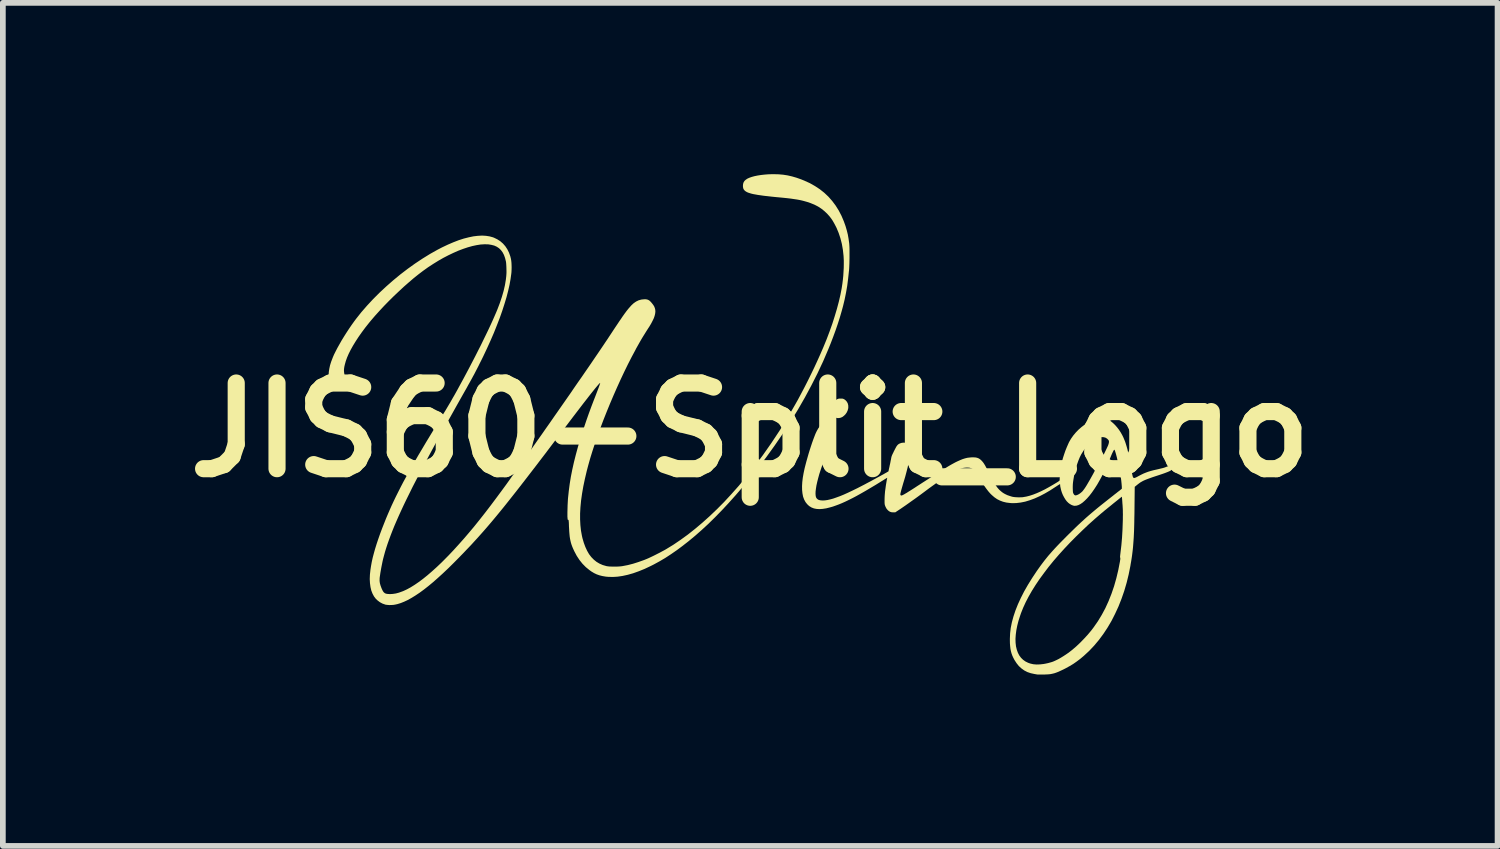
<source format=kicad_pcb>
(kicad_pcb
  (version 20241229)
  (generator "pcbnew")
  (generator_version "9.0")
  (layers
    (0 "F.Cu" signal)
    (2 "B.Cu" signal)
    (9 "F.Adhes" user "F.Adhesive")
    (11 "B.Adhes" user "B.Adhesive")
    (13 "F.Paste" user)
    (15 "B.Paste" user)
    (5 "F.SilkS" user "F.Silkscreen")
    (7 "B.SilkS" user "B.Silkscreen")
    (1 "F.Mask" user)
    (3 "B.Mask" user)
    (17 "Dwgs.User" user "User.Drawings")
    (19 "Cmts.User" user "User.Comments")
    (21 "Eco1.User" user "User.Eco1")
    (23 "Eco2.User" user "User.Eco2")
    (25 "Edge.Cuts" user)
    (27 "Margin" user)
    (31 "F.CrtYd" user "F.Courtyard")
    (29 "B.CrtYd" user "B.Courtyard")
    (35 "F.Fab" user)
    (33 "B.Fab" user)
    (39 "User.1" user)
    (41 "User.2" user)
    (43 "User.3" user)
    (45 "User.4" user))
  (footprint "JIS60-Split_Logo"
    (layer "F.Cu")
    (at 10.086 4.478)
    (property "Reference" "JIS60-Split_Logo" (at 0 0 0) (layer "F.SilkS") (effects (font (size 1.5 1.5) (thickness 0.3))))
    (attr board_only exclude_from_pos_files exclude_from_bom)
    (fp_poly (pts (xy 1.604 -0.549) (xy 1.617 -0.548) (xy 1.628 -0.545) (xy 1.639 -0.54) (xy 1.646 -0.537) (xy 1.672 -0.517) (xy 1.693 -0.492) (xy 1.708 -0.463) (xy 1.716 -0.43) (xy 1.717 -0.394) (xy 1.715 -0.376) (xy 1.705 -0.339) (xy 1.689 -0.305) (xy 1.668 -0.275) (xy 1.643 -0.25) (xy 1.616 -0.229) (xy 1.586 -0.215) (xy 1.554 -0.208) (xy 1.523 -0.208) (xy 1.515 -0.21) (xy 1.484 -0.22) (xy 1.458 -0.237) (xy 1.436 -0.261) (xy 1.42 -0.29) (xy 1.41 -0.322) (xy 1.408 -0.339) (xy 1.409 -0.378) (xy 1.418 -0.416) (xy 1.433 -0.451) (xy 1.455 -0.484) (xy 1.482 -0.511) (xy 1.513 -0.533) (xy 1.516 -0.535) (xy 1.531 -0.542) (xy 1.543 -0.546) (xy 1.556 -0.549) (xy 1.571 -0.549) (xy 1.584 -0.549)) (stroke (width 0) (type solid)) (fill yes) (layer "F.SilkS"))
    (fp_poly (pts (xy 0.497 -4.476) (xy 0.577 -4.469) (xy 0.654 -4.457) (xy 0.732 -4.439) (xy 0.811 -4.416) (xy 0.893 -4.387) (xy 0.947 -4.365) (xy 1.044 -4.321) (xy 1.134 -4.27) (xy 1.219 -4.214) (xy 1.297 -4.152) (xy 1.369 -4.084) (xy 1.435 -4.009) (xy 1.495 -3.929) (xy 1.549 -3.843) (xy 1.597 -3.751) (xy 1.639 -3.652) (xy 1.669 -3.568) (xy 1.69 -3.496) (xy 1.708 -3.424) (xy 1.721 -3.35) (xy 1.732 -3.272) (xy 1.733 -3.263) (xy 1.735 -3.235) (xy 1.737 -3.199) (xy 1.738 -3.158) (xy 1.738 -3.113) (xy 1.738 -3.064) (xy 1.738 -3.014) (xy 1.737 -2.964) (xy 1.736 -2.915) (xy 1.734 -2.868) (xy 1.732 -2.825) (xy 1.729 -2.787) (xy 1.728 -2.782) (xy 1.714 -2.65) (xy 1.698 -2.524) (xy 1.677 -2.403) (xy 1.653 -2.285) (xy 1.625 -2.169) (xy 1.601 -2.081) (xy 1.568 -1.967) (xy 1.532 -1.855) (xy 1.494 -1.744) (xy 1.453 -1.632) (xy 1.409 -1.517) (xy 1.366 -1.411) (xy 1.276 -1.201) (xy 1.177 -0.99) (xy 1.07 -0.779) (xy 0.956 -0.567) (xy 0.835 -0.356) (xy 0.706 -0.146) (xy 0.571 0.064) (xy 0.429 0.271) (xy 0.281 0.477) (xy 0.126 0.68) (xy -0.033 0.88) (xy -0.13 0.996) (xy -0.254 1.141) (xy -0.376 1.277) (xy -0.496 1.406) (xy -0.615 1.528) (xy -0.732 1.643) (xy -0.849 1.751) (xy -0.965 1.853) (xy -1.082 1.95) (xy -1.199 2.041) (xy -1.284 2.104) (xy -1.388 2.176) (xy -1.489 2.242) (xy -1.591 2.302) (xy -1.694 2.358) (xy -1.746 2.384) (xy -1.85 2.433) (xy -1.951 2.474) (xy -2.049 2.509) (xy -2.144 2.536) (xy -2.235 2.556) (xy -2.323 2.569) (xy -2.406 2.574) (xy -2.486 2.572) (xy -2.53 2.568) (xy -2.589 2.558) (xy -2.641 2.545) (xy -2.689 2.528) (xy -2.735 2.506) (xy -2.78 2.479) (xy -2.815 2.454) (xy -2.879 2.402) (xy -2.937 2.343) (xy -2.99 2.277) (xy -3.038 2.204) (xy -3.08 2.125) (xy -3.104 2.073) (xy -3.118 2.039) (xy -3.13 2.006) (xy -3.14 1.973) (xy -3.148 1.94) (xy -3.155 1.906) (xy -3.161 1.868) (xy -3.165 1.826) (xy -3.169 1.779) (xy -3.172 1.724) (xy -3.174 1.692) (xy -3.175 1.657) (xy -3.176 1.63) (xy -3.177 1.61) (xy -3.179 1.595) (xy -3.18 1.585) (xy -3.181 1.578) (xy -3.183 1.575) (xy -3.185 1.574) (xy -3.188 1.574) (xy -3.188 1.574) (xy -3.192 1.573) (xy -3.195 1.571) (xy -3.197 1.566) (xy -3.198 1.556) (xy -3.199 1.54) (xy -3.201 1.521) (xy -3.201 1.501) (xy -3.201 1.473) (xy -3.201 1.44) (xy -3.2 1.403) (xy -3.199 1.364) (xy -3.198 1.324) (xy -3.196 1.284) (xy -3.194 1.247) (xy -3.192 1.213) (xy -3.19 1.189) (xy -3.177 1.067) (xy -3.161 0.945) (xy -3.141 0.821) (xy -3.116 0.695) (xy -3.087 0.565) (xy -3.053 0.43) (xy -3.015 0.29) (xy -3.008 0.267) (xy -2.977 0.163) (xy -2.943 0.053) (xy -2.905 -0.06) (xy -2.866 -0.176) (xy -2.825 -0.292) (xy -2.783 -0.406) (xy -2.741 -0.516) (xy -2.737 -0.526) (xy -2.719 -0.572) (xy -2.702 -0.616) (xy -2.686 -0.658) (xy -2.671 -0.697) (xy -2.658 -0.731) (xy -2.647 -0.761) (xy -2.638 -0.786) (xy -2.632 -0.806) (xy -2.628 -0.818) (xy -2.627 -0.823) (xy -2.627 -0.823) (xy -2.631 -0.822) (xy -2.639 -0.815) (xy -2.652 -0.802) (xy -2.669 -0.782) (xy -2.691 -0.756) (xy -2.718 -0.724) (xy -2.749 -0.685) (xy -2.785 -0.64) (xy -2.825 -0.589) (xy -2.87 -0.531) (xy -2.92 -0.467) (xy -2.975 -0.395) (xy -3.034 -0.318) (xy -3.099 -0.233) (xy -3.168 -0.142) (xy -3.242 -0.044) (xy -3.301 0.034) (xy -3.403 0.169) (xy -3.5 0.297) (xy -3.592 0.419) (xy -3.681 0.535) (xy -3.764 0.644) (xy -3.845 0.749) (xy -3.921 0.848) (xy -3.994 0.942) (xy -4.063 1.031) (xy -4.13 1.116) (xy -4.194 1.197) (xy -4.255 1.274) (xy -4.314 1.348) (xy -4.371 1.418) (xy -4.426 1.485) (xy -4.479 1.549) (xy -4.531 1.611) (xy -4.582 1.671) (xy -4.631 1.728) (xy -4.68 1.784) (xy -4.729 1.839) (xy -4.777 1.893) (xy -4.825 1.945) (xy -4.873 1.998) (xy -4.921 2.049) (xy -4.971 2.101) (xy -5.021 2.154) (xy -5.072 2.206) (xy -5.086 2.221) (xy -5.188 2.324) (xy -5.285 2.42) (xy -5.379 2.509) (xy -5.468 2.59) (xy -5.553 2.665) (xy -5.635 2.733) (xy -5.714 2.795) (xy -5.789 2.85) (xy -5.861 2.898) (xy -5.929 2.94) (xy -5.995 2.977) (xy -6.059 3.007) (xy -6.119 3.031) (xy -6.177 3.049) (xy -6.213 3.057) (xy -6.247 3.063) (xy -6.284 3.065) (xy -6.321 3.066) (xy -6.356 3.063) (xy -6.387 3.059) (xy -6.392 3.057) (xy -6.44 3.04) (xy -6.486 3.015) (xy -6.528 2.983) (xy -6.556 2.956) (xy -6.588 2.914) (xy -6.614 2.865) (xy -6.635 2.811) (xy -6.649 2.751) (xy -6.658 2.684) (xy -6.662 2.612) (xy -6.659 2.533) (xy -6.65 2.449) (xy -6.64 2.384) (xy -6.627 2.312) (xy -6.611 2.239) (xy -6.591 2.163) (xy -6.569 2.084) (xy -6.543 2) (xy -6.514 1.913) (xy -6.481 1.819) (xy -6.444 1.72) (xy -6.408 1.629) (xy -6.378 1.553) (xy -6.346 1.477) (xy -6.313 1.401) (xy -6.279 1.324) (xy -6.243 1.247) (xy -6.205 1.168) (xy -6.165 1.088) (xy -6.123 1.005) (xy -6.079 0.92) (xy -6.031 0.832) (xy -5.981 0.74) (xy -5.927 0.645) (xy -5.87 0.545) (xy -5.81 0.441) (xy -5.745 0.332) (xy -5.677 0.217) (xy -5.604 0.097) (xy -5.527 -0.03) (xy -5.469 -0.124) (xy -5.431 -0.185) (xy -5.398 -0.24) (xy -5.368 -0.29) (xy -5.34 -0.335) (xy -5.315 -0.377) (xy -5.292 -0.416) (xy -5.27 -0.453) (xy -5.248 -0.49) (xy -5.227 -0.527) (xy -5.205 -0.566) (xy -5.182 -0.605) (xy -5.13 -0.698) (xy -5.078 -0.794) (xy -5.025 -0.891) (xy -4.972 -0.99) (xy -4.919 -1.09) (xy -4.867 -1.19) (xy -4.815 -1.29) (xy -4.765 -1.389) (xy -4.716 -1.485) (xy -4.67 -1.58) (xy -4.625 -1.672) (xy -4.583 -1.759) (xy -4.544 -1.843) (xy -4.508 -1.922) (xy -4.476 -1.995) (xy -4.447 -2.062) (xy -4.427 -2.11) (xy -4.384 -2.223) (xy -4.348 -2.331) (xy -4.318 -2.435) (xy -4.295 -2.535) (xy -4.279 -2.631) (xy -4.272 -2.691) (xy -4.27 -2.718) (xy -4.268 -2.751) (xy -4.268 -2.787) (xy -4.269 -2.824) (xy -4.27 -2.86) (xy -4.272 -2.894) (xy -4.274 -2.923) (xy -4.277 -2.946) (xy -4.278 -2.951) (xy -4.293 -3.011) (xy -4.312 -3.064) (xy -4.336 -3.11) (xy -4.365 -3.149) (xy -4.399 -3.182) (xy -4.438 -3.208) (xy -4.482 -3.228) (xy -4.533 -3.241) (xy -4.589 -3.25) (xy -4.592 -3.25) (xy -4.653 -3.251) (xy -4.72 -3.247) (xy -4.79 -3.236) (xy -4.865 -3.22) (xy -4.944 -3.198) (xy -5.025 -3.171) (xy -5.11 -3.139) (xy -5.196 -3.101) (xy -5.284 -3.059) (xy -5.373 -3.013) (xy -5.462 -2.962) (xy -5.551 -2.907) (xy -5.64 -2.849) (xy -5.728 -2.786) (xy -5.807 -2.726) (xy -5.891 -2.659) (xy -5.976 -2.586) (xy -6.064 -2.509) (xy -6.151 -2.428) (xy -6.239 -2.345) (xy -6.326 -2.259) (xy -6.41 -2.173) (xy -6.491 -2.086) (xy -6.568 -2.001) (xy -6.64 -1.917) (xy -6.673 -1.877) (xy -6.739 -1.794) (xy -6.8 -1.712) (xy -6.857 -1.631) (xy -6.908 -1.553) (xy -6.955 -1.476) (xy -6.996 -1.403) (xy -7.031 -1.333) (xy -7.06 -1.266) (xy -7.082 -1.204) (xy -7.098 -1.146) (xy -7.098 -1.146) (xy -7.107 -1.107) (xy -7.112 -1.073) (xy -7.114 -1.043) (xy -7.112 -1.015) (xy -7.108 -0.986) (xy -7.101 -0.955) (xy -7.099 -0.949) (xy -7.092 -0.915) (xy -7.088 -0.88) (xy -7.088 -0.846) (xy -7.091 -0.815) (xy -7.096 -0.795) (xy -7.112 -0.759) (xy -7.133 -0.729) (xy -7.159 -0.705) (xy -7.183 -0.691) (xy -7.211 -0.683) (xy -7.24 -0.683) (xy -7.271 -0.69) (xy -7.302 -0.704) (xy -7.331 -0.724) (xy -7.342 -0.735) (xy -7.354 -0.747) (xy -7.363 -0.759) (xy -7.37 -0.772) (xy -7.375 -0.787) (xy -7.379 -0.805) (xy -7.381 -0.828) (xy -7.383 -0.857) (xy -7.384 -0.887) (xy -7.383 -0.952) (xy -7.379 -1.014) (xy -7.37 -1.073) (xy -7.357 -1.133) (xy -7.338 -1.194) (xy -7.313 -1.259) (xy -7.309 -1.27) (xy -7.287 -1.321) (xy -7.259 -1.377) (xy -7.228 -1.437) (xy -7.192 -1.501) (xy -7.154 -1.568) (xy -7.113 -1.635) (xy -7.07 -1.703) (xy -7.026 -1.77) (xy -6.981 -1.836) (xy -6.936 -1.899) (xy -6.901 -1.946) (xy -6.809 -2.062) (xy -6.709 -2.177) (xy -6.603 -2.291) (xy -6.49 -2.404) (xy -6.373 -2.513) (xy -6.251 -2.62) (xy -6.126 -2.723) (xy -5.998 -2.821) (xy -5.868 -2.914) (xy -5.737 -3.001) (xy -5.606 -3.082) (xy -5.476 -3.155) (xy -5.397 -3.196) (xy -5.296 -3.244) (xy -5.198 -3.286) (xy -5.105 -3.322) (xy -5.015 -3.351) (xy -4.928 -3.373) (xy -4.846 -3.39) (xy -4.769 -3.399) (xy -4.695 -3.403) (xy -4.627 -3.399) (xy -4.563 -3.389) (xy -4.505 -3.373) (xy -4.487 -3.366) (xy -4.429 -3.338) (xy -4.376 -3.304) (xy -4.329 -3.263) (xy -4.288 -3.216) (xy -4.253 -3.163) (xy -4.224 -3.104) (xy -4.201 -3.04) (xy -4.19 -2.996) (xy -4.185 -2.966) (xy -4.181 -2.93) (xy -4.179 -2.889) (xy -4.178 -2.846) (xy -4.179 -2.803) (xy -4.181 -2.761) (xy -4.184 -2.734) (xy -4.197 -2.64) (xy -4.215 -2.54) (xy -4.239 -2.435) (xy -4.268 -2.323) (xy -4.303 -2.207) (xy -4.342 -2.086) (xy -4.386 -1.961) (xy -4.436 -1.832) (xy -4.489 -1.699) (xy -4.548 -1.563) (xy -4.611 -1.424) (xy -4.678 -1.282) (xy -4.71 -1.217) (xy -4.728 -1.182) (xy -4.744 -1.15) (xy -4.759 -1.119) (xy -4.774 -1.09) (xy -4.789 -1.061) (xy -4.804 -1.032) (xy -4.819 -1.003) (xy -4.835 -0.972) (xy -4.853 -0.94) (xy -4.871 -0.906) (xy -4.891 -0.87) (xy -4.913 -0.83) (xy -4.938 -0.786) (xy -4.964 -0.738) (xy -4.994 -0.685) (xy -5.027 -0.627) (xy -5.063 -0.563) (xy -5.103 -0.492) (xy -5.138 -0.43) (xy -5.234 -0.258) (xy -5.326 -0.094) (xy -5.413 0.064) (xy -5.497 0.215) (xy -5.576 0.36) (xy -5.65 0.498) (xy -5.721 0.631) (xy -5.788 0.758) (xy -5.851 0.88) (xy -5.911 0.996) (xy -5.966 1.108) (xy -6.019 1.215) (xy -6.068 1.317) (xy -6.113 1.414) (xy -6.156 1.508) (xy -6.195 1.597) (xy -6.232 1.683) (xy -6.265 1.765) (xy -6.296 1.845) (xy -6.324 1.921) (xy -6.35 1.994) (xy -6.373 2.064) (xy -6.394 2.132) (xy -6.412 2.198) (xy -6.429 2.262) (xy -6.432 2.275) (xy -6.439 2.306) (xy -6.446 2.342) (xy -6.454 2.381) (xy -6.462 2.422) (xy -6.469 2.463) (xy -6.476 2.502) (xy -6.481 2.538) (xy -6.486 2.57) (xy -6.489 2.595) (xy -6.489 2.602) (xy -6.49 2.642) (xy -6.485 2.682) (xy -6.473 2.725) (xy -6.456 2.771) (xy -6.442 2.802) (xy -6.429 2.826) (xy -6.415 2.844) (xy -6.399 2.857) (xy -6.38 2.866) (xy -6.356 2.871) (xy -6.325 2.873) (xy -6.308 2.874) (xy -6.257 2.871) (xy -6.205 2.863) (xy -6.152 2.849) (xy -6.094 2.828) (xy -6.073 2.82) (xy -6.011 2.791) (xy -5.945 2.755) (xy -5.876 2.712) (xy -5.803 2.662) (xy -5.728 2.606) (xy -5.65 2.543) (xy -5.57 2.474) (xy -5.488 2.4) (xy -5.404 2.32) (xy -5.371 2.287) (xy -5.283 2.198) (xy -5.195 2.105) (xy -5.107 2.008) (xy -5.017 1.907) (xy -4.927 1.802) (xy -4.834 1.691) (xy -4.74 1.574) (xy -4.644 1.452) (xy -4.545 1.323) (xy -4.444 1.188) (xy -4.339 1.046) (xy -4.273 0.956) (xy -4.223 0.886) (xy -4.17 0.811) (xy -4.113 0.732) (xy -4.053 0.648) (xy -3.991 0.561) (xy -3.927 0.47) (xy -3.86 0.376) (xy -3.792 0.279) (xy -3.723 0.18) (xy -3.652 0.08) (xy -3.581 -0.022) (xy -3.509 -0.124) (xy -3.437 -0.228) (xy -3.365 -0.331) (xy -3.293 -0.434) (xy -3.222 -0.536) (xy -3.152 -0.636) (xy -3.084 -0.736) (xy -3.017 -0.833) (xy -2.951 -0.927) (xy -2.888 -1.019) (xy -2.827 -1.107) (xy -2.769 -1.192) (xy -2.714 -1.273) (xy -2.662 -1.349) (xy -2.614 -1.42) (xy -2.57 -1.485) (xy -2.53 -1.545) (xy -2.494 -1.598) (xy -2.474 -1.629) (xy -2.429 -1.697) (xy -2.389 -1.758) (xy -2.353 -1.812) (xy -2.32 -1.861) (xy -2.291 -1.905) (xy -2.264 -1.943) (xy -2.241 -1.978) (xy -2.219 -2.009) (xy -2.2 -2.036) (xy -2.182 -2.06) (xy -2.166 -2.082) (xy -2.15 -2.102) (xy -2.135 -2.121) (xy -2.12 -2.138) (xy -2.105 -2.155) (xy -2.09 -2.172) (xy -2.08 -2.183) (xy -2.041 -2.219) (xy -1.999 -2.248) (xy -1.954 -2.27) (xy -1.906 -2.283) (xy -1.857 -2.288) (xy -1.856 -2.288) (xy -1.828 -2.288) (xy -1.805 -2.284) (xy -1.786 -2.277) (xy -1.768 -2.267) (xy -1.765 -2.264) (xy -1.75 -2.251) (xy -1.733 -2.233) (xy -1.715 -2.211) (xy -1.699 -2.19) (xy -1.686 -2.17) (xy -1.682 -2.163) (xy -1.67 -2.133) (xy -1.663 -2.103) (xy -1.661 -2.071) (xy -1.665 -2.036) (xy -1.674 -1.998) (xy -1.688 -1.957) (xy -1.709 -1.913) (xy -1.735 -1.863) (xy -1.767 -1.809) (xy -1.787 -1.779) (xy -1.822 -1.724) (xy -1.853 -1.674) (xy -1.883 -1.626) (xy -1.911 -1.579) (xy -1.939 -1.53) (xy -1.969 -1.477) (xy -2.001 -1.42) (xy -2.01 -1.401) (xy -2.076 -1.278) (xy -2.142 -1.149) (xy -2.207 -1.016) (xy -2.271 -0.88) (xy -2.334 -0.741) (xy -2.396 -0.6) (xy -2.456 -0.459) (xy -2.514 -0.317) (xy -2.57 -0.176) (xy -2.623 -0.036) (xy -2.673 0.102) (xy -2.719 0.236) (xy -2.762 0.367) (xy -2.801 0.493) (xy -2.835 0.614) (xy -2.862 0.716) (xy -2.895 0.856) (xy -2.923 0.989) (xy -2.945 1.116) (xy -2.962 1.237) (xy -2.973 1.353) (xy -2.979 1.462) (xy -2.979 1.567) (xy -2.974 1.666) (xy -2.964 1.76) (xy -2.948 1.849) (xy -2.938 1.894) (xy -2.914 1.976) (xy -2.887 2.049) (xy -2.856 2.116) (xy -2.822 2.175) (xy -2.783 2.226) (xy -2.739 2.271) (xy -2.692 2.309) (xy -2.64 2.34) (xy -2.583 2.365) (xy -2.521 2.383) (xy -2.513 2.385) (xy -2.492 2.388) (xy -2.464 2.391) (xy -2.432 2.392) (xy -2.396 2.393) (xy -2.358 2.393) (xy -2.322 2.392) (xy -2.288 2.39) (xy -2.257 2.387) (xy -2.236 2.384) (xy -2.143 2.366) (xy -2.05 2.342) (xy -1.956 2.312) (xy -1.858 2.277) (xy -1.811 2.258) (xy -1.783 2.246) (xy -1.749 2.23) (xy -1.711 2.212) (xy -1.67 2.192) (xy -1.627 2.17) (xy -1.585 2.149) (xy -1.545 2.127) (xy -1.507 2.107) (xy -1.475 2.089) (xy -1.467 2.084) (xy -1.343 2.008) (xy -1.218 1.923) (xy -1.091 1.831) (xy -0.965 1.731) (xy -0.838 1.624) (xy -0.711 1.51) (xy -0.584 1.389) (xy -0.458 1.262) (xy -0.334 1.128) (xy -0.21 0.989) (xy -0.088 0.844) (xy -0.083 0.838) (xy 0.072 0.642) (xy 0.223 0.439) (xy 0.37 0.229) (xy 0.513 0.013) (xy 0.651 -0.21) (xy 0.783 -0.438) (xy 0.835 -0.53) (xy 0.892 -0.637) (xy 0.951 -0.749) (xy 1.009 -0.863) (xy 1.066 -0.979) (xy 1.122 -1.095) (xy 1.175 -1.21) (xy 1.225 -1.321) (xy 1.271 -1.427) (xy 1.281 -1.45) (xy 1.338 -1.589) (xy 1.39 -1.727) (xy 1.438 -1.862) (xy 1.48 -1.994) (xy 1.518 -2.122) (xy 1.551 -2.246) (xy 1.579 -2.366) (xy 1.601 -2.48) (xy 1.614 -2.566) (xy 1.622 -2.63) (xy 1.629 -2.699) (xy 1.633 -2.768) (xy 1.637 -2.837) (xy 1.638 -2.904) (xy 1.638 -2.967) (xy 1.635 -3.025) (xy 1.634 -3.046) (xy 1.622 -3.155) (xy 1.604 -3.258) (xy 1.579 -3.356) (xy 1.548 -3.449) (xy 1.511 -3.538) (xy 1.496 -3.568) (xy 1.469 -3.619) (xy 1.443 -3.664) (xy 1.416 -3.704) (xy 1.388 -3.74) (xy 1.356 -3.776) (xy 1.348 -3.785) (xy 1.297 -3.833) (xy 1.244 -3.875) (xy 1.187 -3.912) (xy 1.125 -3.944) (xy 1.056 -3.972) (xy 1.018 -3.986) (xy 0.98 -3.997) (xy 0.941 -4.008) (xy 0.902 -4.018) (xy 0.861 -4.027) (xy 0.816 -4.035) (xy 0.768 -4.042) (xy 0.715 -4.05) (xy 0.656 -4.057) (xy 0.59 -4.064) (xy 0.539 -4.069) (xy 0.452 -4.077) (xy 0.374 -4.085) (xy 0.304 -4.093) (xy 0.24 -4.1) (xy 0.184 -4.108) (xy 0.134 -4.115) (xy 0.09 -4.123) (xy 0.051 -4.13) (xy 0.018 -4.138) (xy -0.011 -4.147) (xy -0.036 -4.155) (xy -0.057 -4.164) (xy -0.074 -4.174) (xy -0.089 -4.184) (xy -0.101 -4.195) (xy -0.102 -4.197) (xy -0.115 -4.213) (xy -0.123 -4.232) (xy -0.127 -4.254) (xy -0.128 -4.276) (xy -0.125 -4.308) (xy -0.116 -4.336) (xy -0.101 -4.36) (xy -0.078 -4.381) (xy -0.048 -4.401) (xy -0.012 -4.417) (xy 0.029 -4.431) (xy 0.077 -4.444) (xy 0.131 -4.455) (xy 0.189 -4.464) (xy 0.252 -4.471) (xy 0.316 -4.476) (xy 0.381 -4.478) (xy 0.415 -4.478)) (stroke (width 0) (type solid)) (fill yes) (layer "F.SilkS"))
    (fp_poly (pts (xy 6.187 -0.203) (xy 6.229 -0.195) (xy 6.247 -0.189) (xy 6.281 -0.173) (xy 6.317 -0.15) (xy 6.353 -0.12) (xy 6.389 -0.085) (xy 6.424 -0.045) (xy 6.457 -0.002) (xy 6.487 0.044) (xy 6.514 0.092) (xy 6.517 0.098) (xy 6.534 0.133) (xy 6.549 0.169) (xy 6.564 0.206) (xy 6.577 0.246) (xy 6.59 0.289) (xy 6.603 0.335) (xy 6.615 0.386) (xy 6.627 0.442) (xy 6.639 0.504) (xy 6.652 0.574) (xy 6.665 0.646) (xy 6.672 0.69) (xy 6.679 0.726) (xy 6.684 0.756) (xy 6.689 0.779) (xy 6.693 0.798) (xy 6.696 0.811) (xy 6.7 0.821) (xy 6.703 0.829) (xy 6.707 0.834) (xy 6.709 0.836) (xy 6.715 0.84) (xy 6.722 0.841) (xy 6.732 0.84) (xy 6.745 0.835) (xy 6.763 0.827) (xy 6.786 0.815) (xy 6.802 0.806) (xy 6.846 0.783) (xy 6.887 0.763) (xy 6.927 0.747) (xy 6.967 0.732) (xy 7.01 0.719) (xy 7.058 0.706) (xy 7.107 0.695) (xy 7.151 0.685) (xy 7.187 0.676) (xy 7.217 0.669) (xy 7.242 0.662) (xy 7.263 0.655) (xy 7.281 0.648) (xy 7.286 0.646) (xy 7.303 0.639) (xy 7.319 0.635) (xy 7.331 0.633) (xy 7.331 0.633) (xy 7.341 0.632) (xy 7.344 0.629) (xy 7.344 0.626) (xy 7.343 0.622) (xy 7.345 0.621) (xy 7.354 0.623) (xy 7.361 0.626) (xy 7.376 0.636) (xy 7.387 0.65) (xy 7.393 0.667) (xy 7.393 0.672) (xy 7.392 0.681) (xy 7.387 0.69) (xy 7.378 0.699) (xy 7.365 0.709) (xy 7.347 0.719) (xy 7.323 0.73) (xy 7.293 0.742) (xy 7.257 0.756) (xy 7.214 0.771) (xy 7.163 0.788) (xy 7.139 0.796) (xy 7.084 0.814) (xy 7.036 0.83) (xy 6.995 0.845) (xy 6.959 0.858) (xy 6.928 0.87) (xy 6.902 0.881) (xy 6.878 0.892) (xy 6.857 0.904) (xy 6.837 0.915) (xy 6.818 0.928) (xy 6.799 0.942) (xy 6.781 0.956) (xy 6.732 0.996) (xy 6.729 1.269) (xy 6.728 1.37) (xy 6.727 1.463) (xy 6.725 1.549) (xy 6.724 1.629) (xy 6.722 1.702) (xy 6.72 1.77) (xy 6.717 1.834) (xy 6.714 1.893) (xy 6.71 1.949) (xy 6.706 2.002) (xy 6.702 2.053) (xy 6.697 2.102) (xy 6.691 2.151) (xy 6.685 2.199) (xy 6.678 2.247) (xy 6.67 2.297) (xy 6.661 2.348) (xy 6.656 2.38) (xy 6.626 2.53) (xy 6.59 2.677) (xy 6.548 2.82) (xy 6.5 2.958) (xy 6.447 3.092) (xy 6.388 3.22) (xy 6.325 3.344) (xy 6.256 3.461) (xy 6.182 3.573) (xy 6.104 3.678) (xy 6.021 3.777) (xy 5.934 3.869) (xy 5.842 3.954) (xy 5.841 3.955) (xy 5.778 4.008) (xy 5.717 4.054) (xy 5.657 4.096) (xy 5.594 4.134) (xy 5.527 4.171) (xy 5.484 4.193) (xy 5.437 4.215) (xy 5.396 4.234) (xy 5.36 4.248) (xy 5.325 4.26) (xy 5.292 4.268) (xy 5.258 4.275) (xy 5.221 4.279) (xy 5.181 4.281) (xy 5.135 4.283) (xy 5.131 4.283) (xy 5.103 4.283) (xy 5.078 4.283) (xy 5.056 4.283) (xy 5.04 4.283) (xy 5.03 4.282) (xy 5.029 4.282) (xy 5.02 4.281) (xy 5.005 4.278) (xy 4.987 4.275) (xy 4.975 4.273) (xy 4.911 4.259) (xy 4.852 4.239) (xy 4.798 4.211) (xy 4.749 4.176) (xy 4.703 4.134) (xy 4.663 4.084) (xy 4.626 4.027) (xy 4.603 3.983) (xy 4.587 3.947) (xy 4.574 3.91) (xy 4.564 3.873) (xy 4.556 3.833) (xy 4.551 3.788) (xy 4.547 3.739) (xy 4.546 3.683) (xy 4.546 3.658) (xy 4.644 3.658) (xy 4.646 3.726) (xy 4.653 3.789) (xy 4.667 3.847) (xy 4.686 3.9) (xy 4.71 3.947) (xy 4.741 3.989) (xy 4.777 4.024) (xy 4.819 4.054) (xy 4.866 4.077) (xy 4.903 4.09) (xy 4.955 4.102) (xy 5.012 4.107) (xy 5.074 4.105) (xy 5.136 4.098) (xy 5.174 4.091) (xy 5.215 4.082) (xy 5.255 4.071) (xy 5.286 4.062) (xy 5.317 4.05) (xy 5.354 4.033) (xy 5.395 4.013) (xy 5.437 3.989) (xy 5.481 3.962) (xy 5.524 3.934) (xy 5.565 3.906) (xy 5.57 3.903) (xy 5.638 3.85) (xy 5.708 3.79) (xy 5.777 3.725) (xy 5.845 3.655) (xy 5.911 3.583) (xy 5.972 3.51) (xy 6.012 3.457) (xy 6.086 3.351) (xy 6.154 3.239) (xy 6.217 3.122) (xy 6.273 2.999) (xy 6.324 2.871) (xy 6.37 2.737) (xy 6.41 2.596) (xy 6.445 2.449) (xy 6.467 2.335) (xy 6.473 2.305) (xy 6.476 2.283) (xy 6.479 2.266) (xy 6.48 2.254) (xy 6.479 2.246) (xy 6.478 2.24) (xy 6.478 2.238) (xy 6.476 2.231) (xy 6.475 2.222) (xy 6.476 2.208) (xy 6.478 2.189) (xy 6.481 2.164) (xy 6.482 2.155) (xy 6.498 2.02) (xy 6.51 1.883) (xy 6.518 1.743) (xy 6.523 1.597) (xy 6.524 1.565) (xy 6.524 1.52) (xy 6.525 1.481) (xy 6.524 1.446) (xy 6.524 1.415) (xy 6.523 1.383) (xy 6.521 1.351) (xy 6.519 1.315) (xy 6.517 1.294) (xy 6.515 1.263) (xy 6.513 1.234) (xy 6.511 1.209) (xy 6.509 1.189) (xy 6.508 1.176) (xy 6.507 1.169) (xy 6.507 1.169) (xy 6.504 1.171) (xy 6.494 1.178) (xy 6.479 1.19) (xy 6.46 1.205) (xy 6.438 1.223) (xy 6.412 1.244) (xy 6.383 1.267) (xy 6.353 1.291) (xy 6.323 1.316) (xy 6.292 1.341) (xy 6.261 1.366) (xy 6.232 1.39) (xy 6.204 1.412) (xy 6.18 1.433) (xy 6.158 1.451) (xy 6.155 1.453) (xy 6.041 1.551) (xy 5.927 1.653) (xy 5.816 1.758) (xy 5.707 1.864) (xy 5.601 1.971) (xy 5.5 2.078) (xy 5.404 2.184) (xy 5.314 2.288) (xy 5.231 2.39) (xy 5.229 2.392) (xy 5.144 2.504) (xy 5.065 2.612) (xy 4.995 2.716) (xy 4.931 2.818) (xy 4.874 2.918) (xy 4.823 3.016) (xy 4.779 3.112) (xy 4.741 3.207) (xy 4.726 3.251) (xy 4.697 3.341) (xy 4.675 3.427) (xy 4.659 3.508) (xy 4.649 3.586) (xy 4.644 3.658) (xy 4.546 3.658) (xy 4.546 3.656) (xy 4.55 3.563) (xy 4.561 3.467) (xy 4.581 3.368) (xy 4.609 3.265) (xy 4.644 3.16) (xy 4.687 3.052) (xy 4.738 2.941) (xy 4.796 2.827) (xy 4.863 2.71) (xy 4.937 2.591) (xy 5.018 2.469) (xy 5.087 2.372) (xy 5.12 2.328) (xy 5.152 2.286) (xy 5.185 2.245) (xy 5.218 2.204) (xy 5.253 2.164) (xy 5.29 2.122) (xy 5.33 2.078) (xy 5.374 2.031) (xy 5.421 1.982) (xy 5.474 1.928) (xy 5.533 1.869) (xy 5.535 1.866) (xy 5.591 1.811) (xy 5.643 1.76) (xy 5.692 1.712) (xy 5.74 1.666) (xy 5.786 1.623) (xy 5.832 1.581) (xy 5.878 1.539) (xy 5.925 1.498) (xy 5.973 1.457) (xy 6.024 1.414) (xy 6.078 1.369) (xy 6.136 1.322) (xy 6.199 1.272) (xy 6.267 1.218) (xy 6.341 1.16) (xy 6.35 1.153) (xy 6.381 1.128) (xy 6.411 1.105) (xy 6.437 1.084) (xy 6.461 1.066) (xy 6.48 1.051) (xy 6.494 1.039) (xy 6.503 1.032) (xy 6.506 1.03) (xy 6.506 1.025) (xy 6.506 1.012) (xy 6.506 0.994) (xy 6.504 0.971) (xy 6.502 0.944) (xy 6.499 0.915) (xy 6.496 0.885) (xy 6.492 0.856) (xy 6.488 0.828) (xy 6.486 0.813) (xy 6.478 0.765) (xy 6.469 0.711) (xy 6.457 0.654) (xy 6.445 0.595) (xy 6.432 0.538) (xy 6.42 0.484) (xy 6.407 0.435) (xy 6.407 0.434) (xy 6.398 0.403) (xy 6.391 0.38) (xy 6.385 0.363) (xy 6.381 0.353) (xy 6.376 0.347) (xy 6.373 0.346) (xy 6.369 0.35) (xy 6.361 0.361) (xy 6.352 0.379) (xy 6.34 0.403) (xy 6.327 0.432) (xy 6.313 0.466) (xy 6.298 0.502) (xy 6.274 0.56) (xy 6.252 0.612) (xy 6.229 0.662) (xy 6.205 0.712) (xy 6.178 0.767) (xy 6.177 0.77) (xy 6.149 0.824) (xy 6.123 0.872) (xy 6.098 0.916) (xy 6.074 0.958) (xy 6.047 1) (xy 6.027 1.031) (xy 5.984 1.093) (xy 5.941 1.149) (xy 5.899 1.197) (xy 5.858 1.238) (xy 5.819 1.272) (xy 5.781 1.298) (xy 5.745 1.316) (xy 5.711 1.326) (xy 5.679 1.328) (xy 5.672 1.328) (xy 5.648 1.322) (xy 5.621 1.311) (xy 5.594 1.295) (xy 5.57 1.277) (xy 5.567 1.274) (xy 5.542 1.249) (xy 5.518 1.217) (xy 5.495 1.179) (xy 5.474 1.139) (xy 5.457 1.098) (xy 5.456 1.095) (xy 5.45 1.076) (xy 5.443 1.053) (xy 5.437 1.029) (xy 5.436 1.021) (xy 5.647 1.021) (xy 5.648 1.049) (xy 5.649 1.074) (xy 5.651 1.092) (xy 5.652 1.098) (xy 5.661 1.119) (xy 5.672 1.135) (xy 5.686 1.144) (xy 5.696 1.146) (xy 5.708 1.144) (xy 5.724 1.139) (xy 5.733 1.135) (xy 5.755 1.124) (xy 5.778 1.108) (xy 5.8 1.09) (xy 5.818 1.073) (xy 5.832 1.055) (xy 5.85 1.031) (xy 5.871 1) (xy 5.894 0.963) (xy 5.919 0.92) (xy 5.947 0.872) (xy 5.976 0.82) (xy 6.007 0.764) (xy 6.038 0.705) (xy 6.063 0.659) (xy 6.076 0.634) (xy 6.087 0.614) (xy 6.095 0.6) (xy 6.101 0.593) (xy 6.103 0.593) (xy 6.105 0.591) (xy 6.11 0.583) (xy 6.118 0.568) (xy 6.129 0.549) (xy 6.141 0.525) (xy 6.155 0.499) (xy 6.17 0.47) (xy 6.185 0.439) (xy 6.2 0.409) (xy 6.215 0.378) (xy 6.229 0.349) (xy 6.242 0.322) (xy 6.253 0.298) (xy 6.262 0.279) (xy 6.268 0.264) (xy 6.27 0.258) (xy 6.278 0.231) (xy 6.281 0.211) (xy 6.28 0.194) (xy 6.275 0.181) (xy 6.272 0.177) (xy 6.249 0.153) (xy 6.222 0.136) (xy 6.191 0.127) (xy 6.156 0.125) (xy 6.13 0.128) (xy 6.112 0.133) (xy 6.089 0.141) (xy 6.064 0.153) (xy 6.038 0.166) (xy 6.015 0.179) (xy 5.997 0.191) (xy 5.941 0.239) (xy 5.888 0.294) (xy 5.841 0.355) (xy 5.798 0.423) (xy 5.793 0.432) (xy 5.769 0.48) (xy 5.746 0.536) (xy 5.724 0.598) (xy 5.704 0.663) (xy 5.685 0.732) (xy 5.67 0.802) (xy 5.658 0.873) (xy 5.653 0.907) (xy 5.65 0.932) (xy 5.648 0.96) (xy 5.647 0.991) (xy 5.647 1.021) (xy 5.436 1.021) (xy 5.432 1.006) (xy 5.428 0.986) (xy 5.427 0.971) (xy 5.426 0.967) (xy 5.426 0.956) (xy 5.424 0.949) (xy 5.424 0.948) (xy 5.42 0.95) (xy 5.41 0.956) (xy 5.395 0.965) (xy 5.376 0.977) (xy 5.355 0.991) (xy 5.35 0.994) (xy 5.253 1.057) (xy 5.159 1.112) (xy 5.069 1.159) (xy 4.981 1.199) (xy 4.897 1.23) (xy 4.815 1.255) (xy 4.736 1.271) (xy 4.66 1.28) (xy 4.587 1.282) (xy 4.548 1.279) (xy 4.484 1.271) (xy 4.426 1.257) (xy 4.373 1.237) (xy 4.323 1.212) (xy 4.275 1.179) (xy 4.231 1.141) (xy 4.21 1.121) (xy 4.19 1.099) (xy 4.17 1.076) (xy 4.149 1.049) (xy 4.127 1.02) (xy 4.103 0.986) (xy 4.076 0.947) (xy 4.047 0.902) (xy 4.015 0.852) (xy 3.985 0.805) (xy 3.962 0.768) (xy 3.942 0.738) (xy 3.925 0.715) (xy 3.908 0.697) (xy 3.893 0.683) (xy 3.877 0.673) (xy 3.861 0.667) (xy 3.842 0.662) (xy 3.82 0.66) (xy 3.807 0.659) (xy 3.77 0.66) (xy 3.734 0.664) (xy 3.697 0.674) (xy 3.668 0.684) (xy 3.628 0.701) (xy 3.584 0.723) (xy 3.535 0.75) (xy 3.481 0.781) (xy 3.422 0.819) (xy 3.357 0.861) (xy 3.288 0.909) (xy 3.213 0.963) (xy 3.131 1.022) (xy 3.083 1.058) (xy 3.036 1.093) (xy 2.986 1.13) (xy 2.933 1.169) (xy 2.879 1.208) (xy 2.825 1.246) (xy 2.772 1.284) (xy 2.721 1.32) (xy 2.673 1.353) (xy 2.631 1.382) (xy 2.602 1.401) (xy 2.539 1.443) (xy 2.504 1.443) (xy 2.475 1.441) (xy 2.451 1.434) (xy 2.429 1.422) (xy 2.407 1.403) (xy 2.406 1.402) (xy 2.384 1.375) (xy 2.368 1.344) (xy 2.357 1.315) (xy 2.354 1.299) (xy 2.352 1.276) (xy 2.352 1.247) (xy 2.352 1.214) (xy 2.353 1.178) (xy 2.355 1.141) (xy 2.358 1.104) (xy 2.36 1.08) (xy 2.363 1.057) (xy 2.367 1.03) (xy 2.371 1) (xy 2.375 0.97) (xy 2.38 0.94) (xy 2.385 0.911) (xy 2.389 0.886) (xy 2.393 0.865) (xy 2.396 0.851) (xy 2.397 0.846) (xy 2.398 0.839) (xy 2.398 0.838) (xy 2.394 0.84) (xy 2.383 0.846) (xy 2.367 0.856) (xy 2.347 0.868) (xy 2.324 0.883) (xy 2.297 0.899) (xy 2.291 0.903) (xy 2.194 0.963) (xy 2.103 1.017) (xy 2.017 1.068) (xy 1.938 1.113) (xy 1.863 1.155) (xy 1.793 1.192) (xy 1.727 1.225) (xy 1.665 1.255) (xy 1.607 1.281) (xy 1.551 1.304) (xy 1.497 1.324) (xy 1.446 1.342) (xy 1.4 1.355) (xy 1.333 1.372) (xy 1.27 1.382) (xy 1.214 1.386) (xy 1.162 1.383) (xy 1.115 1.374) (xy 1.074 1.358) (xy 1.07 1.356) (xy 1.031 1.332) (xy 0.997 1.3) (xy 0.968 1.263) (xy 0.944 1.219) (xy 0.926 1.17) (xy 0.924 1.162) (xy 0.914 1.109) (xy 0.908 1.05) (xy 0.907 0.984) (xy 0.911 0.913) (xy 0.92 0.837) (xy 0.934 0.757) (xy 0.952 0.672) (xy 0.963 0.629) (xy 0.982 0.556) (xy 1.002 0.485) (xy 1.022 0.415) (xy 1.043 0.347) (xy 1.064 0.282) (xy 1.084 0.222) (xy 1.104 0.166) (xy 1.123 0.116) (xy 1.14 0.072) (xy 1.157 0.035) (xy 1.166 0.017) (xy 1.189 -0.024) (xy 1.214 -0.059) (xy 1.241 -0.09) (xy 1.267 -0.113) (xy 1.293 -0.13) (xy 1.312 -0.137) (xy 1.337 -0.14) (xy 1.364 -0.138) (xy 1.388 -0.13) (xy 1.403 -0.12) (xy 1.421 -0.105) (xy 1.439 -0.086) (xy 1.456 -0.066) (xy 1.468 -0.047) (xy 1.469 -0.044) (xy 1.476 -0.03) (xy 1.479 -0.018) (xy 1.481 -0.004) (xy 1.481 0.015) (xy 1.481 0.017) (xy 1.481 0.036) (xy 1.479 0.054) (xy 1.476 0.073) (xy 1.472 0.094) (xy 1.466 0.116) (xy 1.457 0.142) (xy 1.447 0.171) (xy 1.434 0.204) (xy 1.418 0.243) (xy 1.399 0.287) (xy 1.377 0.338) (xy 1.368 0.357) (xy 1.333 0.438) (xy 1.302 0.513) (xy 1.275 0.583) (xy 1.25 0.649) (xy 1.229 0.712) (xy 1.209 0.773) (xy 1.192 0.835) (xy 1.191 0.838) (xy 1.173 0.909) (xy 1.159 0.972) (xy 1.15 1.029) (xy 1.144 1.078) (xy 1.143 1.12) (xy 1.146 1.155) (xy 1.151 1.176) (xy 1.16 1.194) (xy 1.175 1.21) (xy 1.193 1.222) (xy 1.205 1.227) (xy 1.236 1.233) (xy 1.271 1.235) (xy 1.309 1.233) (xy 1.352 1.227) (xy 1.4 1.216) (xy 1.452 1.202) (xy 1.509 1.182) (xy 1.572 1.159) (xy 1.64 1.131) (xy 1.713 1.098) (xy 1.793 1.06) (xy 1.879 1.018) (xy 1.972 0.97) (xy 2.005 0.953) (xy 2.04 0.934) (xy 2.076 0.915) (xy 2.114 0.895) (xy 2.152 0.874) (xy 2.191 0.853) (xy 2.229 0.832) (xy 2.266 0.812) (xy 2.3 0.793) (xy 2.332 0.776) (xy 2.359 0.76) (xy 2.383 0.747) (xy 2.401 0.736) (xy 2.414 0.729) (xy 2.42 0.725) (xy 2.42 0.724) (xy 2.421 0.72) (xy 2.424 0.708) (xy 2.427 0.69) (xy 2.432 0.668) (xy 2.438 0.642) (xy 2.441 0.625) (xy 2.448 0.595) (xy 2.454 0.566) (xy 2.459 0.538) (xy 2.464 0.516) (xy 2.467 0.498) (xy 2.468 0.494) (xy 2.47 0.482) (xy 2.473 0.47) (xy 2.477 0.457) (xy 2.483 0.442) (xy 2.491 0.424) (xy 2.503 0.4) (xy 2.517 0.37) (xy 2.519 0.367) (xy 2.535 0.335) (xy 2.549 0.309) (xy 2.56 0.289) (xy 2.571 0.274) (xy 2.581 0.262) (xy 2.591 0.253) (xy 2.603 0.245) (xy 2.616 0.238) (xy 2.621 0.236) (xy 2.647 0.227) (xy 2.675 0.223) (xy 2.702 0.223) (xy 2.726 0.228) (xy 2.727 0.229) (xy 2.749 0.24) (xy 2.766 0.254) (xy 2.779 0.273) (xy 2.787 0.298) (xy 2.793 0.328) (xy 2.796 0.36) (xy 2.795 0.406) (xy 2.792 0.457) (xy 2.784 0.515) (xy 2.772 0.58) (xy 2.757 0.651) (xy 2.737 0.73) (xy 2.714 0.816) (xy 2.696 0.877) (xy 2.68 0.929) (xy 2.667 0.974) (xy 2.656 1.012) (xy 2.647 1.044) (xy 2.64 1.069) (xy 2.635 1.09) (xy 2.631 1.107) (xy 2.629 1.119) (xy 2.628 1.128) (xy 2.629 1.135) (xy 2.631 1.14) (xy 2.633 1.143) (xy 2.637 1.145) (xy 2.637 1.146) (xy 2.641 1.147) (xy 2.644 1.148) (xy 2.649 1.148) (xy 2.655 1.146) (xy 2.662 1.144) (xy 2.672 1.139) (xy 2.684 1.133) (xy 2.699 1.125) (xy 2.717 1.114) (xy 2.74 1.101) (xy 2.766 1.084) (xy 2.797 1.065) (xy 2.833 1.042) (xy 2.874 1.016) (xy 2.921 0.985) (xy 2.974 0.951) (xy 3.034 0.912) (xy 3.053 0.9) (xy 3.123 0.855) (xy 3.186 0.815) (xy 3.242 0.778) (xy 3.293 0.746) (xy 3.339 0.717) (xy 3.381 0.691) (xy 3.417 0.668) (xy 3.451 0.647) (xy 3.481 0.629) (xy 3.508 0.613) (xy 3.533 0.599) (xy 3.557 0.586) (xy 3.579 0.574) (xy 3.6 0.563) (xy 3.621 0.553) (xy 3.625 0.551) (xy 3.674 0.529) (xy 3.718 0.511) (xy 3.759 0.498) (xy 3.799 0.488) (xy 3.839 0.483) (xy 3.874 0.48) (xy 3.915 0.48) (xy 3.949 0.482) (xy 3.977 0.489) (xy 4.002 0.499) (xy 4.025 0.514) (xy 4.046 0.533) (xy 4.058 0.545) (xy 4.068 0.557) (xy 4.078 0.569) (xy 4.088 0.583) (xy 4.098 0.599) (xy 4.11 0.618) (xy 4.122 0.64) (xy 4.137 0.668) (xy 4.154 0.7) (xy 4.173 0.739) (xy 4.196 0.784) (xy 4.197 0.785) (xy 4.225 0.841) (xy 4.251 0.889) (xy 4.275 0.931) (xy 4.298 0.968) (xy 4.319 0.999) (xy 4.341 1.026) (xy 4.363 1.05) (xy 4.387 1.071) (xy 4.411 1.091) (xy 4.438 1.109) (xy 4.441 1.111) (xy 4.469 1.126) (xy 4.503 1.142) (xy 4.541 1.155) (xy 4.579 1.167) (xy 4.59 1.17) (xy 4.613 1.174) (xy 4.641 1.177) (xy 4.674 1.179) (xy 4.707 1.18) (xy 4.739 1.179) (xy 4.767 1.178) (xy 4.78 1.176) (xy 4.837 1.166) (xy 4.895 1.151) (xy 4.956 1.131) (xy 5.02 1.106) (xy 5.087 1.076) (xy 5.158 1.041) (xy 5.234 0.999) (xy 5.315 0.952) (xy 5.353 0.929) (xy 5.376 0.915) (xy 5.393 0.904) (xy 5.404 0.896) (xy 5.412 0.89) (xy 5.416 0.885) (xy 5.417 0.88) (xy 5.418 0.875) (xy 5.418 0.873) (xy 5.418 0.853) (xy 5.42 0.827) (xy 5.421 0.798) (xy 5.424 0.766) (xy 5.426 0.735) (xy 5.429 0.707) (xy 5.431 0.683) (xy 5.433 0.669) (xy 5.443 0.615) (xy 5.458 0.555) (xy 5.475 0.492) (xy 5.496 0.427) (xy 5.518 0.363) (xy 5.543 0.301) (xy 5.568 0.244) (xy 5.582 0.213) (xy 5.615 0.156) (xy 5.654 0.1) (xy 5.699 0.046) (xy 5.748 -0.005) (xy 5.802 -0.052) (xy 5.857 -0.094) (xy 5.915 -0.131) (xy 5.973 -0.162) (xy 6.031 -0.185) (xy 6.049 -0.19) (xy 6.095 -0.201) (xy 6.142 -0.205)) (stroke (width 0) (type solid)) (fill yes) (layer "F.SilkS")))
  (gr_rect
    (start -3 -3)
    (end 23.171 11.761)
    (stroke (width 0.1) (type default))
    (fill no)
    (layer "Edge.Cuts")))
</source>
